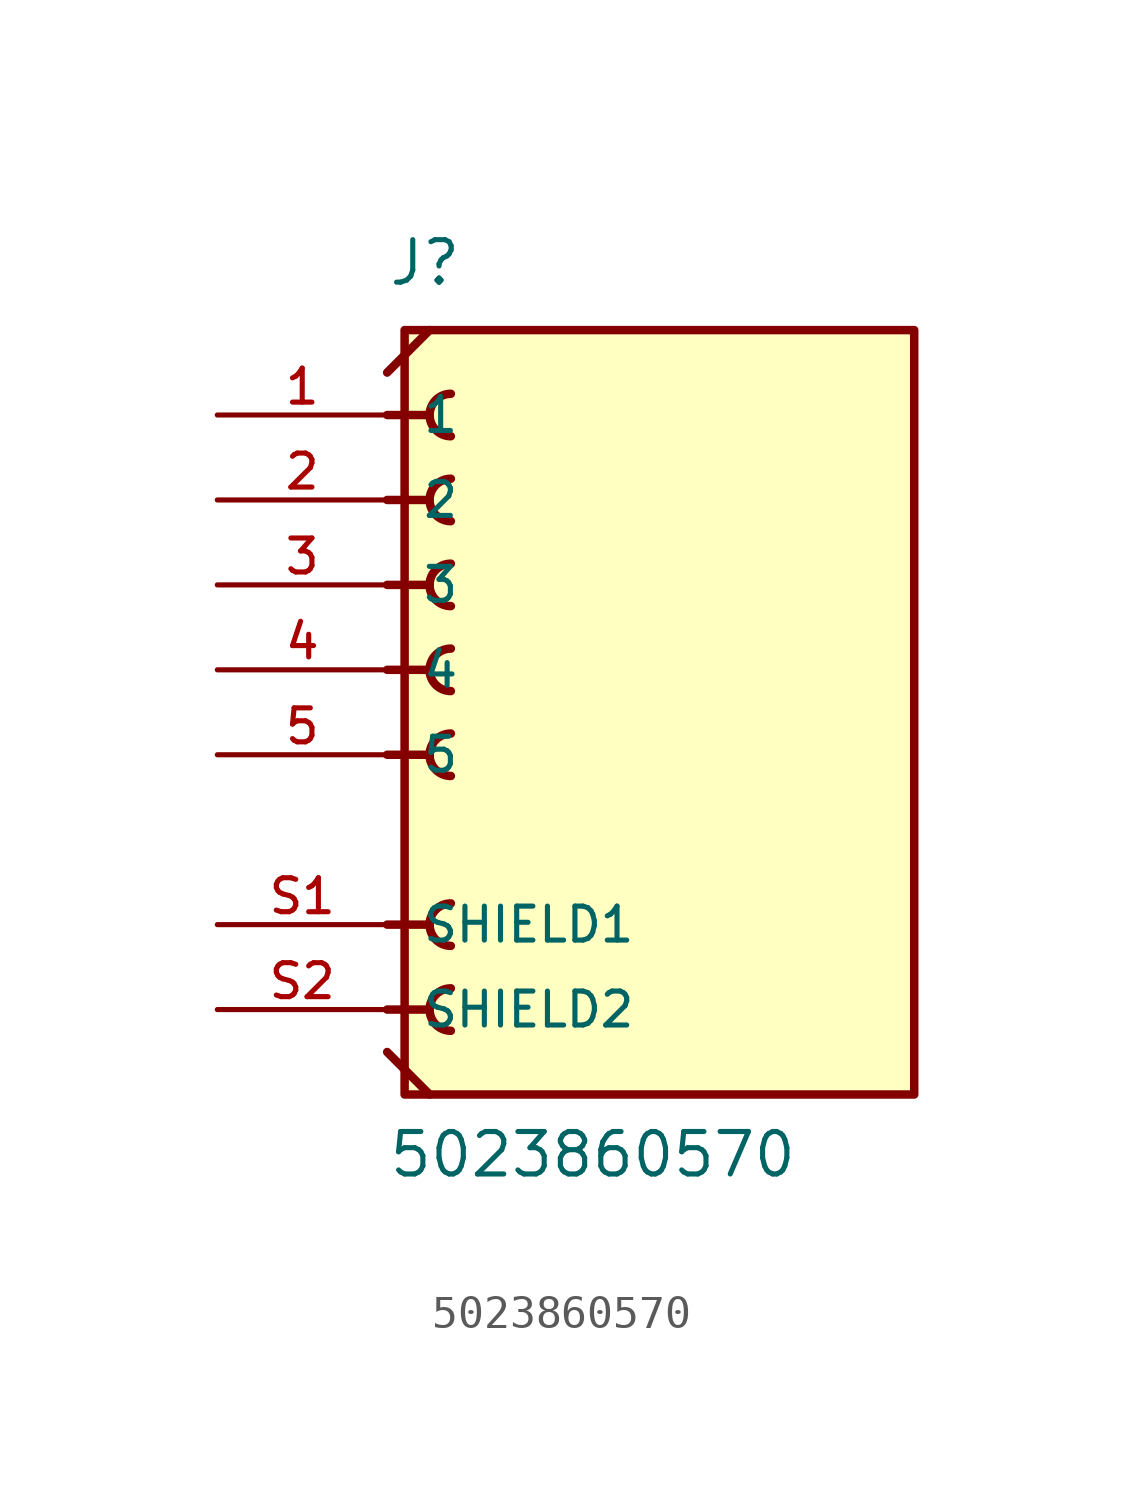
<source format=kicad_sym>
(kicad_symbol_lib
  (version 20211014)
  (generator kicad_symbol_editor)
  (symbol "5023860570"
    (pin_names
      (offset 1.016))
    (property "Reference" "J"
      (at -7.62 11.43 0)
      (effects (font (size 1.27 1.27)) (justify bottom left)))
    (property "Value" "5023860570"
      (at -7.62 -15.24 0)
      (effects (font (size 1.27 1.27)) (justify bottom left)))
    (symbol "5023860570_0_0"
      (polyline (pts (xy -6.35 10.16) (xy -7.62 8.89)) (stroke (width 0.254)))
      (polyline (pts (xy -7.62 -11.43) (xy -6.35 -12.7)) (stroke (width 0.254)))
      (polyline (pts (xy -7.62 -7.62) (xy -6.35 -7.62)) (stroke (width 0.254)))
      (arc (start -5.715 -6.985) (mid -6.35 -7.62) (end -5.715 -8.255) (stroke (width 0.254) (type default) (color 0 0 0 0)) (fill (type none)))
      (polyline (pts (xy -7.62 5.08) (xy -6.35 5.08)) (stroke (width 0.254)))
      (arc (start -5.715 5.715) (mid -6.35 5.08) (end -5.715 4.445) (stroke (width 0.254) (type default) (color 0 0 0 0)) (fill (type none)))
      (polyline (pts (xy -7.62 7.62) (xy -6.35 7.62)) (stroke (width 0.254)))
      (arc (start -5.715 8.255) (mid -6.35 7.62) (end -5.715 6.985) (stroke (width 0.254) (type default) (color 0 0 0 0)) (fill (type none)))
      (arc (start -6.35 2.54) (mid -6.164 2.091) (end -5.715 1.905) (stroke (width 0.254) (type default) (color 0 0 0 0)) (fill (type none)))
      (arc (start -5.715 3.175) (mid -6.164 2.989) (end -6.35 2.54) (stroke (width 0.254) (type default) (color 0 0 0 0)) (fill (type none)))
      (polyline (pts (xy -7.62 2.54) (xy -6.35 2.54)) (stroke (width 0.254)))
      (arc (start -6.35 0.0) (mid -6.164 -0.449) (end -5.715 -0.635) (stroke (width 0.254) (type default) (color 0 0 0 0)) (fill (type none)))
      (arc (start -5.715 0.635) (mid -6.164 0.449) (end -6.35 0.0) (stroke (width 0.254) (type default) (color 0 0 0 0)) (fill (type none)))
      (polyline (pts (xy -7.62 0.0) (xy -6.35 0.0)) (stroke (width 0.254)))
      (arc (start -6.35 -2.54) (mid -6.164 -2.989) (end -5.715 -3.175) (stroke (width 0.254) (type default) (color 0 0 0 0)) (fill (type none)))
      (arc (start -5.715 -1.905) (mid -6.164 -2.091) (end -6.35 -2.54) (stroke (width 0.254) (type default) (color 0 0 0 0)) (fill (type none)))
      (polyline (pts (xy -7.62 -2.54) (xy -6.35 -2.54)) (stroke (width 0.254)))
      (polyline (pts (xy -7.62 -10.16) (xy -6.35 -10.16)) (stroke (width 0.254)))
      (arc (start -5.715 -9.525) (mid -6.35 -10.16) (end -5.715 -10.795) (stroke (width 0.254) (type default) (color 0 0 0 0)) (fill (type none)))
      (rectangle (start -7.098 -12.7) (end 8.142 10.16) (stroke (width 0.254)) (fill (type background)))
      (pin passive line (at -12.7 7.62 0) (length 5.08) (name "1" (effects (font (size 1.016 1.016)))) (number "1" (effects (font (size 1.016 1.016)))))
      (pin passive line (at -12.7 5.08 0) (length 5.08) (name "2" (effects (font (size 1.016 1.016)))) (number "2" (effects (font (size 1.016 1.016)))))
      (pin passive line (at -12.7 -7.62 0) (length 5.08) (name "SHIELD1" (effects (font (size 1.016 1.016)))) (number "S1" (effects (font (size 1.016 1.016)))))
      (pin passive line (at -12.7 2.54 0) (length 5.08) (name "3" (effects (font (size 1.016 1.016)))) (number "3" (effects (font (size 1.016 1.016)))))
      (pin passive line (at -12.7 0.0 0) (length 5.08) (name "4" (effects (font (size 1.016 1.016)))) (number "4" (effects (font (size 1.016 1.016)))))
      (pin passive line (at -12.7 -2.54 0) (length 5.08) (name "5" (effects (font (size 1.016 1.016)))) (number "5" (effects (font (size 1.016 1.016)))))
      (pin passive line (at -12.7 -10.16 0) (length 5.08) (name "SHIELD2" (effects (font (size 1.016 1.016)))) (number "S2" (effects (font (size 1.016 1.016))))))))
</source>
